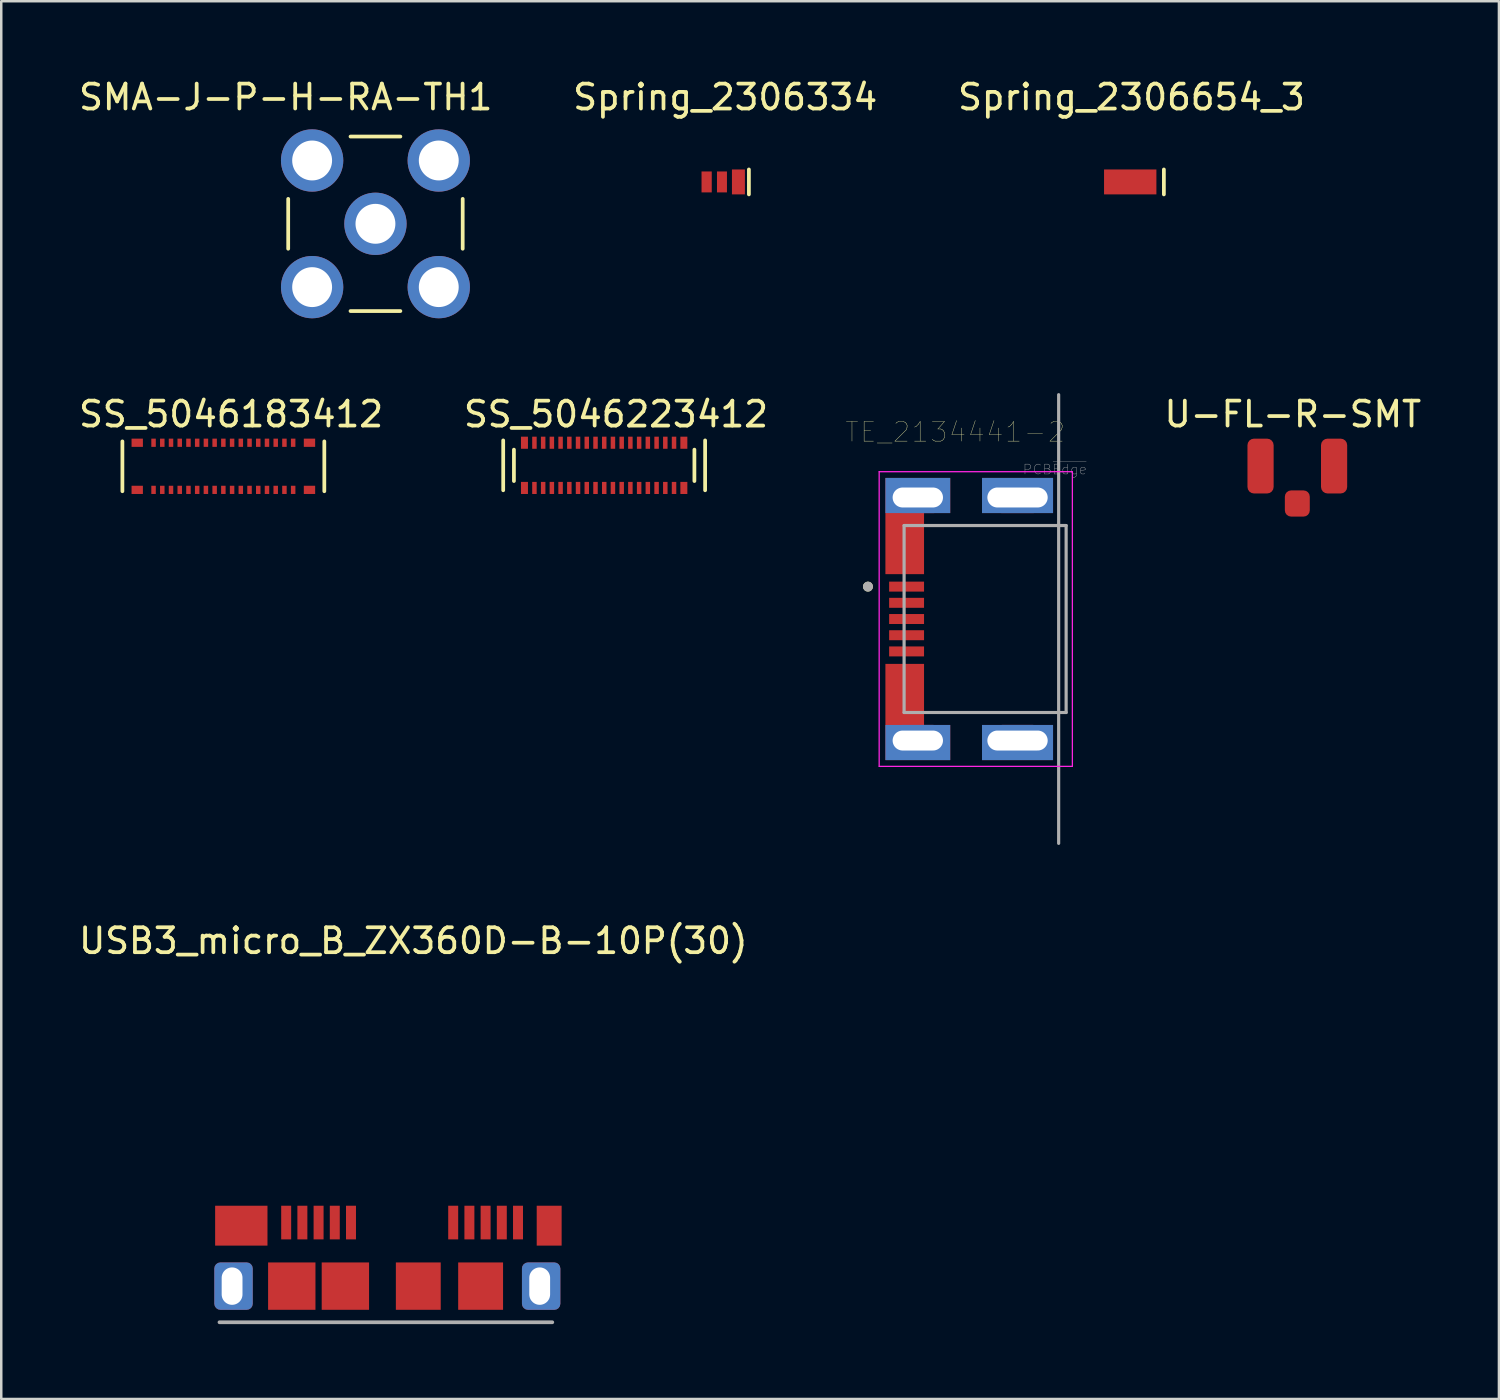
<source format=kicad_pcb>
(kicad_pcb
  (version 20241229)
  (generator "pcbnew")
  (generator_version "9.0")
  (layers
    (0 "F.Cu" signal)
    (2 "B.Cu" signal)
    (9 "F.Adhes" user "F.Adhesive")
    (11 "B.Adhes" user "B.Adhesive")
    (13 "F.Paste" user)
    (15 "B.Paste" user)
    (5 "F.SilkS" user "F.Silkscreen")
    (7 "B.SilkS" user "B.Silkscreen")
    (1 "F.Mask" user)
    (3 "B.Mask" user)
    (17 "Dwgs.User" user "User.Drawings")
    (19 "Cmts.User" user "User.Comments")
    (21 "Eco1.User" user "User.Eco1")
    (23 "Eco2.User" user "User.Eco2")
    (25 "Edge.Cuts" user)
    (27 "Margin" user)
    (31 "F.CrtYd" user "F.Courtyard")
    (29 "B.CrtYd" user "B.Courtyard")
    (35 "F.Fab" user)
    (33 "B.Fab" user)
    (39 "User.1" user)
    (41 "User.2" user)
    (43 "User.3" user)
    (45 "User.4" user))
  (footprint "TE_2134441-2"
    (layer "F.Cu")
    (at 37.768 21.782)
    (property "Reference" "TE_2134441-2" (at -2.5 -7.5 0) (layer "F.SilkS") (effects (font (size 0.787 0.787) (thickness 0.015))))
    (attr through_hole)
    (fp_poly (pts (xy -1.425 5.66) (xy -1.425 4.25) (xy 1.425 4.25) (xy 1.425 5.66)) (stroke (width 0.0001) (type solid)) (fill yes) (layer "F.Cu"))
    (fp_poly (pts (xy 1.425 -5.66) (xy 1.425 -4.25) (xy -1.425 -4.25) (xy -1.425 -5.66)) (stroke (width 0.0001) (type solid)) (fill yes) (layer "F.Cu"))
    (fp_poly (pts (xy -5.3 -1.8) (xy -3.75 -1.8) (xy -3.75 -4.25) (xy -2.7 -4.25) (xy -2.7 -5.66) (xy -5.3 -5.66)) (stroke (width 0.0001) (type solid)) (fill yes) (layer "F.Cu"))
    (fp_poly (pts (xy -5.3 1.8) (xy -3.75 1.8) (xy -3.75 4.25) (xy -2.7 4.25) (xy -2.7 5.66) (xy -5.3 5.66)) (stroke (width 0.0001) (type solid)) (fill yes) (layer "F.Cu"))
    (fp_poly (pts (xy -1.525 5.76) (xy -1.525 4.15) (xy 1.525 4.15) (xy 1.525 5.76)) (stroke (width 0.0001) (type solid)) (fill yes) (layer "F.Mask"))
    (fp_poly (pts (xy 1.525 -5.76) (xy 1.525 -4.15) (xy -1.525 -4.15) (xy -1.525 -5.76)) (stroke (width 0.0001) (type solid)) (fill yes) (layer "F.Mask"))
    (fp_poly (pts (xy -5.4 -1.7) (xy -3.65 -1.7) (xy -3.65 -4.15) (xy -2.6 -4.15) (xy -2.6 -5.76) (xy -5.4 -5.76)) (stroke (width 0.0001) (type solid)) (fill yes) (layer "F.Mask"))
    (fp_poly (pts (xy -5.4 1.7) (xy -3.65 1.7) (xy -3.65 4.15) (xy -2.6 4.15) (xy -2.6 5.76) (xy -5.4 5.76)) (stroke (width 0.0001) (type solid)) (fill yes) (layer "F.Mask"))
    (fp_poly (pts (xy -5.3 -4.25) (xy -2.7 -4.25) (xy -2.7 -5.66) (xy -5.3 -5.66)) (stroke (width 0.0001) (type solid)) (fill yes) (layer "B.Cu"))
    (fp_poly (pts (xy -5.3 4.25) (xy -2.7 4.25) (xy -2.7 5.66) (xy -5.3 5.66)) (stroke (width 0.0001) (type solid)) (fill yes) (layer "B.Cu"))
    (fp_poly (pts (xy -1.425 5.66) (xy -1.425 4.25) (xy 1.425 4.25) (xy 1.425 5.66)) (stroke (width 0.0001) (type solid)) (fill yes) (layer "B.Cu"))
    (fp_poly (pts (xy 1.425 -5.66) (xy 1.425 -4.25) (xy -1.425 -4.25) (xy -1.425 -5.66)) (stroke (width 0.0001) (type solid)) (fill yes) (layer "B.Cu"))
    (fp_poly (pts (xy -5.4 -4.15) (xy -2.6 -4.15) (xy -2.6 -5.76) (xy -5.4 -5.76)) (stroke (width 0.0001) (type solid)) (fill yes) (layer "B.Mask"))
    (fp_poly (pts (xy -5.4 4.15) (xy -2.6 4.15) (xy -2.6 5.76) (xy -5.4 5.76)) (stroke (width 0.0001) (type solid)) (fill yes) (layer "B.Mask"))
    (fp_poly (pts (xy -1.525 5.76) (xy -1.525 4.15) (xy 1.525 4.15) (xy 1.525 5.76)) (stroke (width 0.0001) (type solid)) (fill yes) (layer "B.Mask"))
    (fp_poly (pts (xy 1.525 -5.76) (xy 1.525 -4.15) (xy -1.525 -4.15) (xy -1.525 -5.76)) (stroke (width 0.0001) (type solid)) (fill yes) (layer "B.Mask"))
    (fp_circle (center -6 -1.3) (end -5.9 -1.3) (stroke (width 0.2) (type solid)) (fill no) (layer "F.SilkS"))
    (fp_line (start -5.55 -5.91) (end 2.2 -5.91) (stroke (width 0.05) (type solid)) (layer "F.CrtYd"))
    (fp_line (start -5.55 5.91) (end -5.55 -5.91) (stroke (width 0.05) (type solid)) (layer "F.CrtYd"))
    (fp_line (start 2.2 -5.91) (end 2.2 5.91) (stroke (width 0.05) (type solid)) (layer "F.CrtYd"))
    (fp_line (start 2.2 5.91) (end -5.55 5.91) (stroke (width 0.05) (type solid)) (layer "F.CrtYd"))
    (fp_line (start -4.55 -3.75) (end 1.95 -3.75) (stroke (width 0.127) (type solid)) (layer "F.Fab"))
    (fp_line (start -4.55 3.75) (end -4.55 -3.75) (stroke (width 0.127) (type solid)) (layer "F.Fab"))
    (fp_line (start 1.65 9) (end 1.65 -9) (stroke (width 0.127) (type solid)) (layer "F.Fab"))
    (fp_line (start 1.95 -3.75) (end 1.95 3.75) (stroke (width 0.127) (type solid)) (layer "F.Fab"))
    (fp_line (start 1.95 3.75) (end -4.55 3.75) (stroke (width 0.127) (type solid)) (layer "F.Fab"))
    (fp_circle (center -6 -1.3) (end -5.9 -1.3) (stroke (width 0.2) (type solid)) (fill no) (layer "F.Fab"))
    (fp_text user "PCB~{Edge}" (at 1.5 -6 0) (layer "F.Fab") (effects (font (size 0.394 0.394) (thickness 0.015))))
    (pad "1" smd rect (at -4.45 -1.3) (size 1.4 0.4) (layers "F.Cu" "F.Mask" "F.Paste"))
    (pad "2" smd rect (at -4.45 -0.65) (size 1.4 0.4) (layers "F.Cu" "F.Mask" "F.Paste"))
    (pad "3" smd rect (at -4.45 0) (size 1.4 0.4) (layers "F.Cu" "F.Mask" "F.Paste"))
    (pad "4" smd rect (at -4.45 0.65) (size 1.4 0.4) (layers "F.Cu" "F.Mask" "F.Paste"))
    (pad "5" smd rect (at -4.45 1.3) (size 1.4 0.4) (layers "F.Cu" "F.Mask" "F.Paste"))
    (pad "S1" thru_hole oval (at -4 4.875) (size 2.5 1.25) (drill oval 2.02 0.8) (layers "*.Cu" "*.Mask"))
    (pad "S2" thru_hole oval (at 0 4.875) (size 2.5 1.25) (drill oval 2.42 0.8) (layers "*.Cu" "*.Mask"))
    (pad "S3" thru_hole oval (at 0 -4.875) (size 2.5 1.25) (drill oval 2.42 0.8) (layers "*.Cu" "*.Mask"))
    (pad "S4" thru_hole oval (at -4 -4.875) (size 2.5 1.25) (drill oval 2.02 0.8) (layers "*.Cu" "*.Mask")))
  (footprint "SS_5046183412"
    (layer "F.Cu")
    (at 5.91 15.656)
    (property "Reference" "SS_5046183412" (at 0.31 -2.09 0) (layer "F.SilkS") (effects (font (size 1 1) (thickness 0.15))))
    (attr through_hole)
    (fp_line (start -4.05 -1) (end -4.05 1) (stroke (width 0.15) (type solid)) (layer "F.SilkS"))
    (fp_line (start 4.05 -1) (end 4.05 1) (stroke (width 0.15) (type solid)) (layer "F.SilkS"))
    (pad "1" smd rect (at -2.8 0.945) (size 0.18 0.33) (layers "F.Cu" "F.Mask" "F.Paste"))
    (pad "2" smd rect (at -2.45 0.945) (size 0.18 0.33) (layers "F.Cu" "F.Mask" "F.Paste"))
    (pad "3" smd rect (at -2.1 0.945) (size 0.18 0.33) (layers "F.Cu" "F.Mask" "F.Paste"))
    (pad "4" smd rect (at -1.75 0.945) (size 0.18 0.33) (layers "F.Cu" "F.Mask" "F.Paste"))
    (pad "5" smd rect (at -1.4 0.945) (size 0.18 0.33) (layers "F.Cu" "F.Mask" "F.Paste"))
    (pad "6" smd rect (at -1.05 0.945) (size 0.18 0.33) (layers "F.Cu" "F.Mask" "F.Paste"))
    (pad "7" smd rect (at -0.7 0.945) (size 0.18 0.33) (layers "F.Cu" "F.Mask" "F.Paste"))
    (pad "8" smd rect (at -0.35 0.945) (size 0.18 0.33) (layers "F.Cu" "F.Mask" "F.Paste"))
    (pad "9" smd rect (at 0 0.945) (size 0.18 0.33) (layers "F.Cu" "F.Mask" "F.Paste"))
    (pad "10" smd rect (at 0.35 0.945) (size 0.18 0.33) (layers "F.Cu" "F.Mask" "F.Paste"))
    (pad "11" smd rect (at 0.7 0.945) (size 0.18 0.33) (layers "F.Cu" "F.Mask" "F.Paste"))
    (pad "12" smd rect (at 1.05 0.945) (size 0.18 0.33) (layers "F.Cu" "F.Mask" "F.Paste"))
    (pad "13" smd rect (at 1.4 0.945) (size 0.18 0.33) (layers "F.Cu" "F.Mask" "F.Paste"))
    (pad "14" smd rect (at 1.75 0.945) (size 0.18 0.33) (layers "F.Cu" "F.Mask" "F.Paste"))
    (pad "15" smd rect (at 2.1 0.945) (size 0.18 0.33) (layers "F.Cu" "F.Mask" "F.Paste"))
    (pad "16" smd rect (at 2.45 0.945) (size 0.18 0.33) (layers "F.Cu" "F.Mask" "F.Paste"))
    (pad "17" smd rect (at 2.8 0.945) (size 0.18 0.33) (layers "F.Cu" "F.Mask" "F.Paste"))
    (pad "18" smd rect (at 2.8 -0.945) (size 0.18 0.33) (layers "F.Cu" "F.Mask" "F.Paste"))
    (pad "19" smd rect (at 2.45 -0.945) (size 0.18 0.33) (layers "F.Cu" "F.Mask" "F.Paste"))
    (pad "20" smd rect (at 2.1 -0.945) (size 0.18 0.33) (layers "F.Cu" "F.Mask" "F.Paste"))
    (pad "21" smd rect (at 1.75 -0.945) (size 0.18 0.33) (layers "F.Cu" "F.Mask" "F.Paste"))
    (pad "22" smd rect (at 1.4 -0.945) (size 0.18 0.33) (layers "F.Cu" "F.Mask" "F.Paste"))
    (pad "23" smd rect (at 1.05 -0.945) (size 0.18 0.33) (layers "F.Cu" "F.Mask" "F.Paste"))
    (pad "24" smd rect (at 0.7 -0.945) (size 0.18 0.33) (layers "F.Cu" "F.Mask" "F.Paste"))
    (pad "25" smd rect (at 0.35 -0.945) (size 0.18 0.33) (layers "F.Cu" "F.Mask" "F.Paste"))
    (pad "26" smd rect (at 0 -0.945) (size 0.18 0.33) (layers "F.Cu" "F.Mask" "F.Paste"))
    (pad "27" smd rect (at -0.35 -0.945) (size 0.18 0.33) (layers "F.Cu" "F.Mask" "F.Paste"))
    (pad "28" smd rect (at -0.7 -0.945) (size 0.18 0.33) (layers "F.Cu" "F.Mask" "F.Paste"))
    (pad "29" smd rect (at -1.05 -0.945) (size 0.18 0.33) (layers "F.Cu" "F.Mask" "F.Paste"))
    (pad "30" smd rect (at -1.4 -0.945) (size 0.18 0.33) (layers "F.Cu" "F.Mask" "F.Paste"))
    (pad "31" smd rect (at -1.75 -0.945) (size 0.18 0.33) (layers "F.Cu" "F.Mask" "F.Paste"))
    (pad "32" smd rect (at -2.1 -0.945) (size 0.18 0.33) (layers "F.Cu" "F.Mask" "F.Paste"))
    (pad "33" smd rect (at -2.45 -0.945) (size 0.18 0.33) (layers "F.Cu" "F.Mask" "F.Paste"))
    (pad "34" smd rect (at -2.8 -0.945) (size 0.18 0.33) (layers "F.Cu" "F.Mask" "F.Paste"))
    (pad "NA" smd rect (at -3.455 -0.945) (size 0.455 0.33) (layers "F.Cu" "F.Mask" "F.Paste"))
    (pad "NA" smd rect (at -3.455 0.945) (size 0.455 0.33) (layers "F.Cu" "F.Mask" "F.Paste"))
    (pad "NA" smd rect (at 3.455 -0.945) (size 0.455 0.33) (layers "F.Cu" "F.Mask" "F.Paste"))
    (pad "NA" smd rect (at 3.455 0.945) (size 0.455 0.33) (layers "F.Cu" "F.Mask" "F.Paste")))
  (footprint "SS_5046223412"
    (layer "F.Cu")
    (at 21.186 15.617)
    (property "Reference" "SS_5046223412" (at 0.475 -2.05 0) (layer "F.SilkS") (effects (font (size 1 1) (thickness 0.15))))
    (attr smd)
    (fp_line (start -4.05 -1) (end -4.05 1) (stroke (width 0.15) (type solid)) (layer "F.SilkS"))
    (fp_line (start -3.62 -0.63) (end -3.62 0.63) (stroke (width 0.15) (type solid)) (layer "F.SilkS"))
    (fp_line (start 3.62 -0.63) (end 3.62 0.63) (stroke (width 0.15) (type solid)) (layer "F.SilkS"))
    (fp_line (start 4.05 -1) (end 4.05 1) (stroke (width 0.15) (type solid)) (layer "F.SilkS"))
    (pad "1" smd rect (at -2.797 0.907) (size 0.18 0.485) (layers "F.Cu" "F.Mask" "F.Paste"))
    (pad "2" smd rect (at -2.447 0.907) (size 0.18 0.485) (layers "F.Cu" "F.Mask" "F.Paste"))
    (pad "3" smd rect (at -2.098 0.907) (size 0.18 0.485) (layers "F.Cu" "F.Mask" "F.Paste"))
    (pad "4" smd rect (at -1.748 0.907) (size 0.18 0.485) (layers "F.Cu" "F.Mask" "F.Paste"))
    (pad "5" smd rect (at -1.397 0.907) (size 0.18 0.485) (layers "F.Cu" "F.Mask" "F.Paste"))
    (pad "6" smd rect (at -1.048 0.907) (size 0.18 0.485) (layers "F.Cu" "F.Mask" "F.Paste"))
    (pad "7" smd rect (at -0.698 0.907) (size 0.18 0.485) (layers "F.Cu" "F.Mask" "F.Paste"))
    (pad "8" smd rect (at -0.347 0.907) (size 0.18 0.485) (layers "F.Cu" "F.Mask" "F.Paste"))
    (pad "9" smd rect (at 0.003 0.907) (size 0.18 0.485) (layers "F.Cu" "F.Mask" "F.Paste"))
    (pad "10" smd rect (at 0.352 0.907) (size 0.18 0.485) (layers "F.Cu" "F.Mask" "F.Paste"))
    (pad "11" smd rect (at 0.703 0.907) (size 0.18 0.485) (layers "F.Cu" "F.Mask" "F.Paste"))
    (pad "12" smd rect (at 1.052 0.907) (size 0.18 0.485) (layers "F.Cu" "F.Mask" "F.Paste"))
    (pad "13" smd rect (at 1.403 0.907) (size 0.18 0.485) (layers "F.Cu" "F.Mask" "F.Paste"))
    (pad "14" smd rect (at 1.752 0.907) (size 0.18 0.485) (layers "F.Cu" "F.Mask" "F.Paste"))
    (pad "15" smd rect (at 2.103 0.907) (size 0.18 0.485) (layers "F.Cu" "F.Mask" "F.Paste"))
    (pad "16" smd rect (at 2.453 0.907) (size 0.18 0.485) (layers "F.Cu" "F.Mask" "F.Paste"))
    (pad "17" smd rect (at 2.803 0.907) (size 0.18 0.485) (layers "F.Cu" "F.Mask" "F.Paste"))
    (pad "18" smd rect (at 2.803 -0.907) (size 0.18 0.485) (layers "F.Cu" "F.Mask" "F.Paste"))
    (pad "19" smd rect (at 2.453 -0.907) (size 0.18 0.485) (layers "F.Cu" "F.Mask" "F.Paste"))
    (pad "20" smd rect (at 2.103 -0.907) (size 0.18 0.485) (layers "F.Cu" "F.Mask" "F.Paste"))
    (pad "21" smd rect (at 1.752 -0.907) (size 0.18 0.485) (layers "F.Cu" "F.Mask" "F.Paste"))
    (pad "22" smd rect (at 1.403 -0.907) (size 0.18 0.485) (layers "F.Cu" "F.Mask" "F.Paste"))
    (pad "23" smd rect (at 1.052 -0.907) (size 0.18 0.485) (layers "F.Cu" "F.Mask" "F.Paste"))
    (pad "24" smd rect (at 0.703 -0.907) (size 0.18 0.485) (layers "F.Cu" "F.Mask" "F.Paste"))
    (pad "25" smd rect (at 0.352 -0.907) (size 0.18 0.485) (layers "F.Cu" "F.Mask" "F.Paste"))
    (pad "26" smd rect (at 0.003 -0.907) (size 0.18 0.485) (layers "F.Cu" "F.Mask" "F.Paste"))
    (pad "27" smd rect (at -0.347 -0.907) (size 0.18 0.485) (layers "F.Cu" "F.Mask" "F.Paste"))
    (pad "28" smd rect (at -0.698 -0.907) (size 0.18 0.485) (layers "F.Cu" "F.Mask" "F.Paste"))
    (pad "29" smd rect (at -1.048 -0.907) (size 0.18 0.485) (layers "F.Cu" "F.Mask" "F.Paste"))
    (pad "30" smd rect (at -1.397 -0.907) (size 0.18 0.485) (layers "F.Cu" "F.Mask" "F.Paste"))
    (pad "31" smd rect (at -1.748 -0.907) (size 0.18 0.485) (layers "F.Cu" "F.Mask" "F.Paste"))
    (pad "32" smd rect (at -2.098 -0.907) (size 0.18 0.485) (layers "F.Cu" "F.Mask" "F.Paste"))
    (pad "33" smd rect (at -2.447 -0.907) (size 0.18 0.485) (layers "F.Cu" "F.Mask" "F.Paste"))
    (pad "34" smd rect (at -2.797 -0.907) (size 0.18 0.485) (layers "F.Cu" "F.Mask" "F.Paste"))
    (pad "NA" smd rect (at -3.197 -0.907) (size 0.28 0.485) (layers "F.Cu" "F.Mask" "F.Paste"))
    (pad "NA" smd rect (at -3.197 0.907) (size 0.28 0.485) (layers "F.Cu" "F.Mask" "F.Paste"))
    (pad "NA" smd rect (at 3.197 -0.907) (size 0.28 0.485) (layers "F.Cu" "F.Mask" "F.Paste"))
    (pad "NA" smd rect (at 3.197 0.907) (size 0.28 0.485) (layers "F.Cu" "F.Mask" "F.Paste")))
  (footprint "Spring_2306334"
    (layer "F.Cu")
    (at 25.992 4.248)
    (property "Reference" "Spring_2306334" (at 0.05 -3.4 0) (layer "F.SilkS") (effects (font (size 1 1) (thickness 0.15))))
    (attr smd)
    (fp_line (start 1 -0.5) (end 1 0.5) (stroke (width 0.15) (type solid)) (layer "F.SilkS"))
    (pad "1" smd rect (at -0.695 0) (size 0.41 0.84) (layers "F.Cu" "F.Mask" "F.Paste"))
    (pad "1" smd rect (at -0.08 0) (size 0.4 0.84) (layers "F.Cu" "F.Mask" "F.Paste"))
    (pad "1" smd rect (at 0.58 0) (size 0.52 1) (layers "F.Cu" "F.Mask" "F.Paste")))
  (footprint "Spring_2306654_3"
    (layer "F.Cu")
    (at 42.289 4.248)
    (property "Reference" "Spring_2306654_3" (at 0.05 -3.4 0) (layer "F.SilkS") (effects (font (size 1 1) (thickness 0.15))))
    (attr smd)
    (fp_line (start 1.35 -0.5) (end 1.35 0.5) (stroke (width 0.15) (type solid)) (layer "F.SilkS"))
    (pad "1" smd rect (at 0 0) (size 2.1 1) (layers "F.Cu" "F.Mask" "F.Paste")))
  (footprint "SMA-J-P-H-RA-TH1"
    (layer "F.Cu")
    (at 12.011 5.928)
    (property "Reference" "SMA-J-P-H-RA-TH1" (at -3.6 -5.08 0) (layer "F.SilkS") (effects (font (size 1 1) (thickness 0.15))))
    (attr through_hole)
    (fp_line (start -3.5 1) (end -3.5 -1) (stroke (width 0.15) (type solid)) (layer "F.SilkS"))
    (fp_line (start -1 -3.5) (end 1 -3.5) (stroke (width 0.15) (type solid)) (layer "F.SilkS"))
    (fp_line (start 1 3.5) (end -1 3.5) (stroke (width 0.15) (type solid)) (layer "F.SilkS"))
    (fp_line (start 3.5 -1) (end 3.5 1) (stroke (width 0.15) (type solid)) (layer "F.SilkS"))
    (pad "1" thru_hole circle (at 0 0) (size 2.5 2.5) (drill 1.6) (layers "*.Cu" "*.Mask"))
    (pad "2" thru_hole circle (at -2.54 -2.54) (size 2.5 2.5) (drill 1.6) (layers "*.Cu" "*.Mask"))
    (pad "2" thru_hole circle (at -2.54 2.54) (size 2.5 2.5) (drill 1.6) (layers "*.Cu" "*.Mask"))
    (pad "2" thru_hole circle (at 2.54 -2.54) (size 2.5 2.5) (drill 1.6) (layers "*.Cu" "*.Mask"))
    (pad "2" thru_hole circle (at 2.54 2.54) (size 2.5 2.5) (drill 1.6) (layers "*.Cu" "*.Mask")))
  (footprint "USB3_micro_B_ZX360D-B-10P(30)"
    (layer "F.Cu")
    (at 12.43 45.993)
    (property "Reference" "USB3_micro_B_ZX360D-B-10P(30)" (at 1.1 -11.3 0) (layer "F.SilkS") (effects (font (size 1 1) (thickness 0.15))))
    (attr through_hole)
    (fp_line (start -6.675 4) (end 6.675 4) (stroke (width 0.15) (type solid)) (layer "F.Fab"))
    (pad "1" smd rect (at -4 0) (size 0.4 1.35) (layers "F.Cu" "F.Mask" "F.Paste"))
    (pad "2" smd rect (at -3.35 0) (size 0.4 1.35) (layers "F.Cu" "F.Mask" "F.Paste"))
    (pad "3" smd rect (at -2.7 0) (size 0.4 1.35) (layers "F.Cu" "F.Mask" "F.Paste"))
    (pad "4" smd rect (at -2.05 0) (size 0.4 1.35) (layers "F.Cu" "F.Mask" "F.Paste"))
    (pad "5" smd rect (at -1.4 0) (size 0.4 1.35) (layers "F.Cu" "F.Mask" "F.Paste"))
    (pad "6" smd rect (at 2.7 0) (size 0.4 1.35) (layers "F.Cu" "F.Mask" "F.Paste"))
    (pad "7" smd rect (at 3.35 0) (size 0.4 1.35) (layers "F.Cu" "F.Mask" "F.Paste"))
    (pad "8" smd rect (at 4 0) (size 0.4 1.35) (layers "F.Cu" "F.Mask" "F.Paste"))
    (pad "9" smd rect (at 4.65 0) (size 0.4 1.35) (layers "F.Cu" "F.Mask" "F.Paste"))
    (pad "10" smd rect (at 5.3 0) (size 0.4 1.35) (layers "F.Cu" "F.Mask" "F.Paste"))
    (pad "11" thru_hole roundrect (at -6.17 2.55) (size 1.54 1.9) (drill oval 0.835 1.5 (offset 0.058 0)) (layers "*.Cu" "*.Mask") (roundrect_rratio 0.158))
    (pad "11" smd rect (at -5.8 0.125) (size 2.1 1.6) (layers "F.Cu" "F.Mask" "F.Paste"))
    (pad "11" smd rect (at -3.775 2.55) (size 1.9 1.9) (layers "F.Cu" "F.Mask" "F.Paste"))
    (pad "11" smd rect (at -1.625 2.55) (size 1.9 1.9) (layers "F.Cu" "F.Mask" "F.Paste"))
    (pad "11" smd rect (at 1.3 2.55) (size 1.8 1.9) (layers "F.Cu" "F.Mask" "F.Paste"))
    (pad "11" smd rect (at 3.8 2.55) (size 1.8 1.9) (layers "F.Cu" "F.Mask" "F.Paste"))
    (pad "11" thru_hole roundrect (at 6.17 2.55) (size 1.54 1.9) (drill oval 0.835 1.5 (offset 0.058 0)) (layers "*.Cu" "*.Mask") (roundrect_rratio 0.158))
    (pad "11" smd rect (at 6.55 0.125) (size 1 1.6) (layers "F.Cu" "F.Mask" "F.Paste")))
  (footprint "U-FL-R-SMT"
    (layer "F.Cu")
    (at 48.992 15.646)
    (property "Reference" "U-FL-R-SMT" (at -0.18 -2.08 0) (layer "F.SilkS") (effects (font (size 1 1) (thickness 0.15))))
    (attr through_hole)
    (pad "1" smd roundrect (at 0 1.502) (size 1 1.05) (layers "F.Cu" "F.Mask" "F.Paste") (roundrect_rratio 0.25))
    (pad "2" smd roundrect (at -1.475 0) (size 1.05 2.2) (layers "F.Cu" "F.Mask" "F.Paste") (roundrect_rratio 0.25))
    (pad "2" smd roundrect (at 1.475 0) (size 1.05 2.2) (layers "F.Cu" "F.Mask" "F.Paste") (roundrect_rratio 0.25)))
  (gr_rect
    (start -3 -3)
    (end 57.08 53.069)
    (stroke (width 0.1) (type default))
    (fill no)
    (layer "Edge.Cuts")))
</source>
